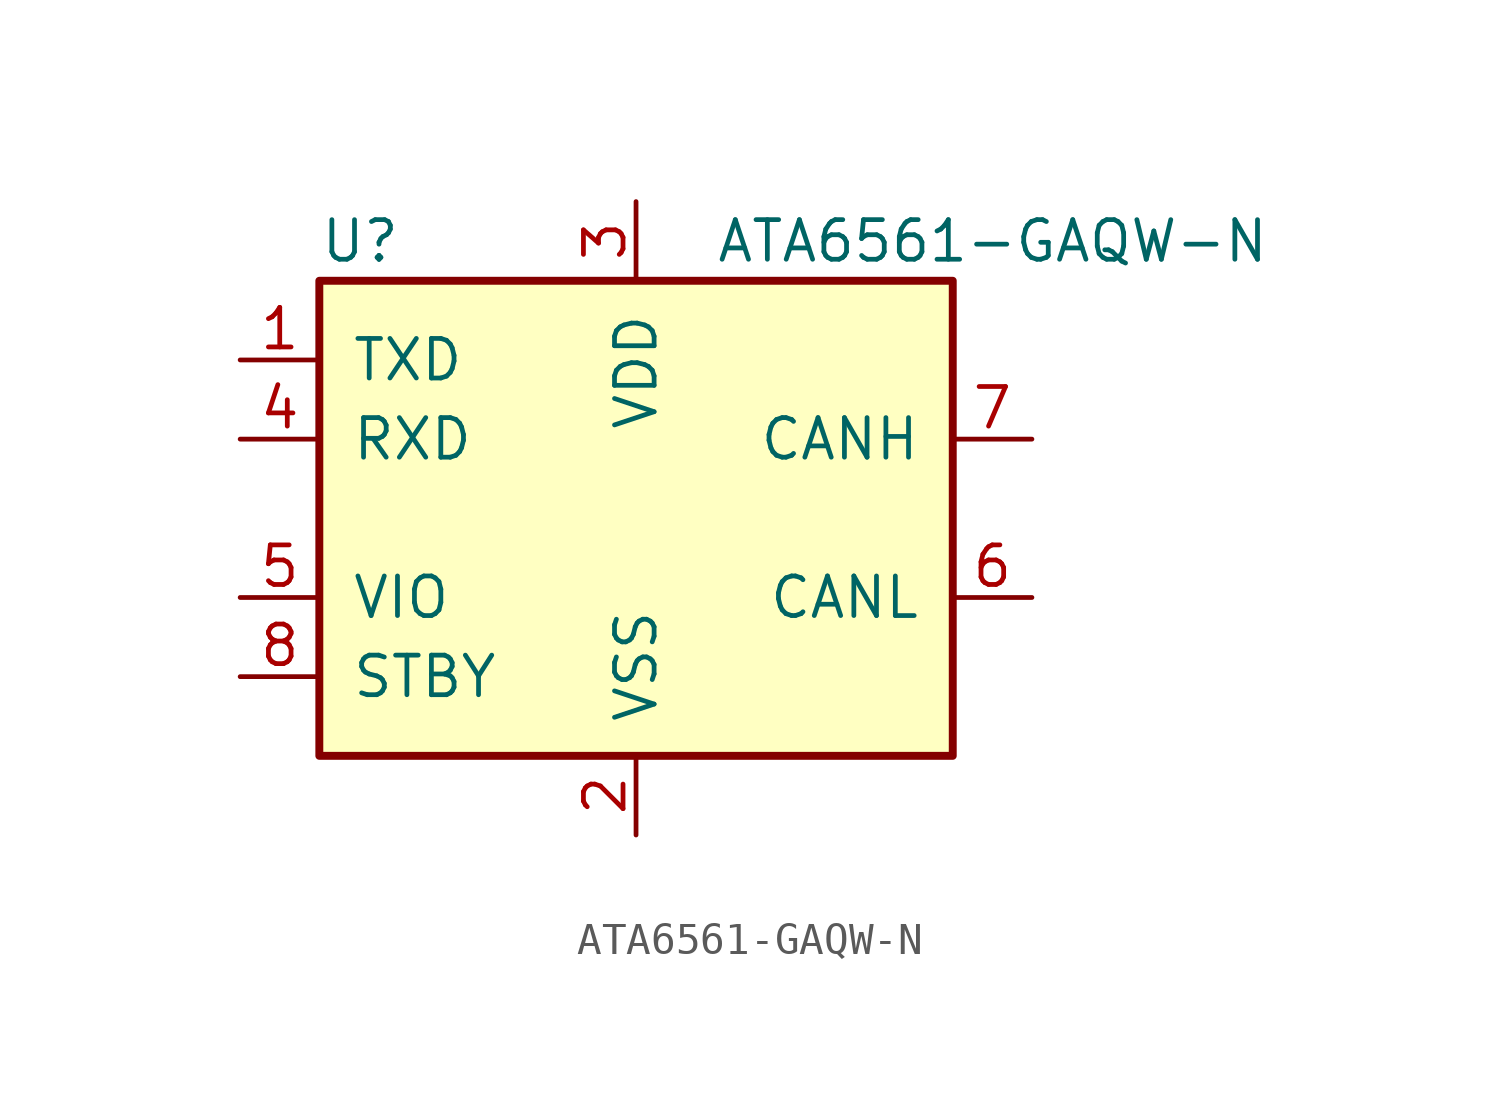
<source format=kicad_sym>
(kicad_symbol_lib
  (version 20241209)
  (generator "kicad_symbol_editor")
  (generator_version "9.0")
  (symbol "ATA6561-GAQW-N"
    (pin_names
      (offset 1.016))
    (property "Reference" "U"
      (at -10.16 8.89 0)
      (effects (font (size 1.27 1.27)) (justify left)))
    (property "Value" "ATA6561-GAQW-N"
      (at 2.54 8.89 0)
      (effects (font (size 1.27 1.27)) (justify left)))
    (symbol "ATA6561-GAQW-N_0_1"
      (rectangle (start -10.16 7.62) (end 10.16 -7.62) (stroke (width 0.254) (type default)) (fill (type background))))
    (symbol "ATA6561-GAQW-N_1_1"
      (pin input line (at -12.7 5.08 0) (length 2.54) (name "TXD" (effects (font (size 1.27 1.27)))) (number "1" (effects (font (size 1.27 1.27)))))
      (pin output line (at -12.7 2.54 0) (length 2.54) (name "RXD" (effects (font (size 1.27 1.27)))) (number "4" (effects (font (size 1.27 1.27)))))
      (pin power_in line (at -12.7 -2.54 0) (length 2.54) (name "VIO" (effects (font (size 1.27 1.27)))) (number "5" (effects (font (size 1.27 1.27)))))
      (pin input line (at -12.7 -5.08 0) (length 2.54) (name "STBY" (effects (font (size 1.27 1.27)))) (number "8" (effects (font (size 1.27 1.27)))))
      (pin power_in line (at 0 10.16 270) (length 2.54) (name "VDD" (effects (font (size 1.27 1.27)))) (number "3" (effects (font (size 1.27 1.27)))))
      (pin power_in line (at 0 -10.16 90) (length 2.54) (name "VSS" (effects (font (size 1.27 1.27)))) (number "2" (effects (font (size 1.27 1.27)))))
      (pin bidirectional line (at 12.7 2.54 180) (length 2.54) (name "CANH" (effects (font (size 1.27 1.27)))) (number "7" (effects (font (size 1.27 1.27)))))
      (pin bidirectional line (at 12.7 -2.54 180) (length 2.54) (name "CANL" (effects (font (size 1.27 1.27)))) (number "6" (effects (font (size 1.27 1.27))))))))
</source>
